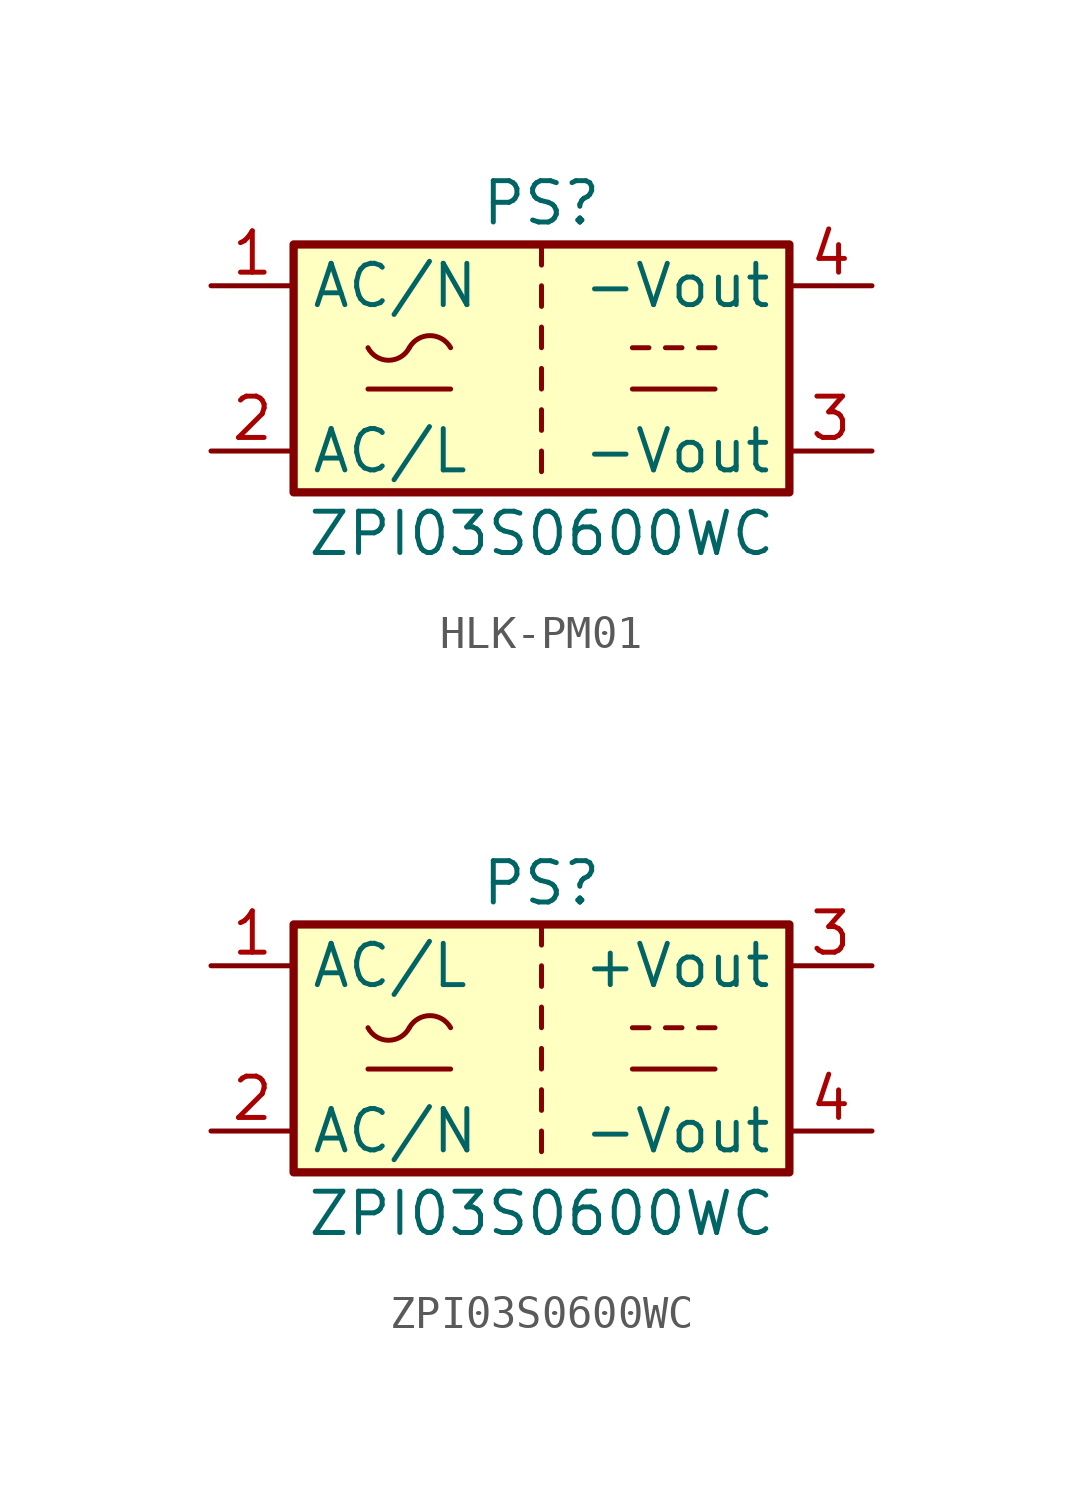
<source format=kicad_sym>
(kicad_symbol_lib
  (version 20231120)
  (generator "kicad_symbol_editor")
  (generator_version "7.99")
  (symbol "HLK-PM01"
    (property "Reference" "PS"
      (at 0 5.08 0)
      (effects (font (size 1.27 1.27))))
    (property "Value" "ZPI03S0600WC"
      (at 0 -5.08 0)
      (effects (font (size 1.27 1.27))))
    (symbol "HLK-PM01_0_1"
      (rectangle (start -7.62 3.81) (end 7.62 -3.81) (stroke (width 0.254) (type default)) (fill (type background)))
      (arc (start -5.334 0.635) (mid -4.699 0.2495) (end -4.064 0.635) (stroke (width 0) (type default)) (fill (type none)))
      (arc (start -2.794 0.635) (mid -3.429 1.0072) (end -4.064 0.635) (stroke (width 0) (type default)) (fill (type none)))
      (polyline (pts (xy -5.334 -0.635) (xy -2.794 -0.635)) (stroke (width 0) (type default)) (fill (type none)))
      (polyline (pts (xy 0 -2.54) (xy 0 -3.175)) (stroke (width 0) (type default)) (fill (type none)))
      (polyline (pts (xy 0 -1.27) (xy 0 -1.905)) (stroke (width 0) (type default)) (fill (type none)))
      (polyline (pts (xy 0 0) (xy 0 -0.635)) (stroke (width 0) (type default)) (fill (type none)))
      (polyline (pts (xy 0 1.27) (xy 0 0.635)) (stroke (width 0) (type default)) (fill (type none)))
      (polyline (pts (xy 0 2.54) (xy 0 1.905)) (stroke (width 0) (type default)) (fill (type none)))
      (polyline (pts (xy 0 3.81) (xy 0 3.175)) (stroke (width 0) (type default)) (fill (type none)))
      (polyline (pts (xy 2.794 -0.635) (xy 5.334 -0.635)) (stroke (width 0) (type default)) (fill (type none)))
      (polyline (pts (xy 2.794 0.635) (xy 3.302 0.635)) (stroke (width 0) (type default)) (fill (type none)))
      (polyline (pts (xy 3.81 0.635) (xy 4.318 0.635)) (stroke (width 0) (type default)) (fill (type none)))
      (polyline (pts (xy 4.826 0.635) (xy 5.334 0.635)) (stroke (width 0) (type default)) (fill (type none))))
    (symbol "HLK-PM01_1_1"
      (pin power_in line (at -10.16 2.54 0) (length 2.54) (name "AC/N" (effects (font (size 1.27 1.27)))) (number "1" (effects (font (size 1.27 1.27)))))
      (pin power_in line (at -10.16 -2.54 0) (length 2.54) (name "AC/L" (effects (font (size 1.27 1.27)))) (number "2" (effects (font (size 1.27 1.27)))))
      (pin power_out line (at 10.16 -2.54 180) (length 2.54) (name "-Vout" (effects (font (size 1.27 1.27)))) (number "3" (effects (font (size 1.27 1.27)))))
      (pin power_out line (at 10.16 2.54 180) (length 2.54) (name "-Vout" (effects (font (size 1.27 1.27)))) (number "4" (effects (font (size 1.27 1.27)))))))
  (symbol "ZPI03S0600WC"
    (property "Reference" "PS"
      (at 0 5.08 0)
      (effects (font (size 1.27 1.27))))
    (property "Value" "ZPI03S0600WC"
      (at 0 -5.08 0)
      (effects (font (size 1.27 1.27))))
    (symbol "ZPI03S0600WC_0_1"
      (rectangle (start -7.62 3.81) (end 7.62 -3.81) (stroke (width 0.254) (type default)) (fill (type background)))
      (arc (start -5.334 0.635) (mid -4.699 0.2495) (end -4.064 0.635) (stroke (width 0) (type default)) (fill (type none)))
      (arc (start -2.794 0.635) (mid -3.429 1.0072) (end -4.064 0.635) (stroke (width 0) (type default)) (fill (type none)))
      (polyline (pts (xy -5.334 -0.635) (xy -2.794 -0.635)) (stroke (width 0) (type default)) (fill (type none)))
      (polyline (pts (xy 0 -2.54) (xy 0 -3.175)) (stroke (width 0) (type default)) (fill (type none)))
      (polyline (pts (xy 0 -1.27) (xy 0 -1.905)) (stroke (width 0) (type default)) (fill (type none)))
      (polyline (pts (xy 0 0) (xy 0 -0.635)) (stroke (width 0) (type default)) (fill (type none)))
      (polyline (pts (xy 0 1.27) (xy 0 0.635)) (stroke (width 0) (type default)) (fill (type none)))
      (polyline (pts (xy 0 2.54) (xy 0 1.905)) (stroke (width 0) (type default)) (fill (type none)))
      (polyline (pts (xy 0 3.81) (xy 0 3.175)) (stroke (width 0) (type default)) (fill (type none)))
      (polyline (pts (xy 2.794 -0.635) (xy 5.334 -0.635)) (stroke (width 0) (type default)) (fill (type none)))
      (polyline (pts (xy 2.794 0.635) (xy 3.302 0.635)) (stroke (width 0) (type default)) (fill (type none)))
      (polyline (pts (xy 3.81 0.635) (xy 4.318 0.635)) (stroke (width 0) (type default)) (fill (type none)))
      (polyline (pts (xy 4.826 0.635) (xy 5.334 0.635)) (stroke (width 0) (type default)) (fill (type none))))
    (symbol "ZPI03S0600WC_1_1"
      (pin power_in line (at -10.16 2.54 0) (length 2.54) (name "AC/L" (effects (font (size 1.27 1.27)))) (number "1" (effects (font (size 1.27 1.27)))))
      (pin power_in line (at -10.16 -2.54 0) (length 2.54) (name "AC/N" (effects (font (size 1.27 1.27)))) (number "2" (effects (font (size 1.27 1.27)))))
      (pin power_out line (at 10.16 2.54 180) (length 2.54) (name "+Vout" (effects (font (size 1.27 1.27)))) (number "3" (effects (font (size 1.27 1.27)))))
      (pin power_out line (at 10.16 -2.54 180) (length 2.54) (name "-Vout" (effects (font (size 1.27 1.27)))) (number "4" (effects (font (size 1.27 1.27))))))))
</source>
